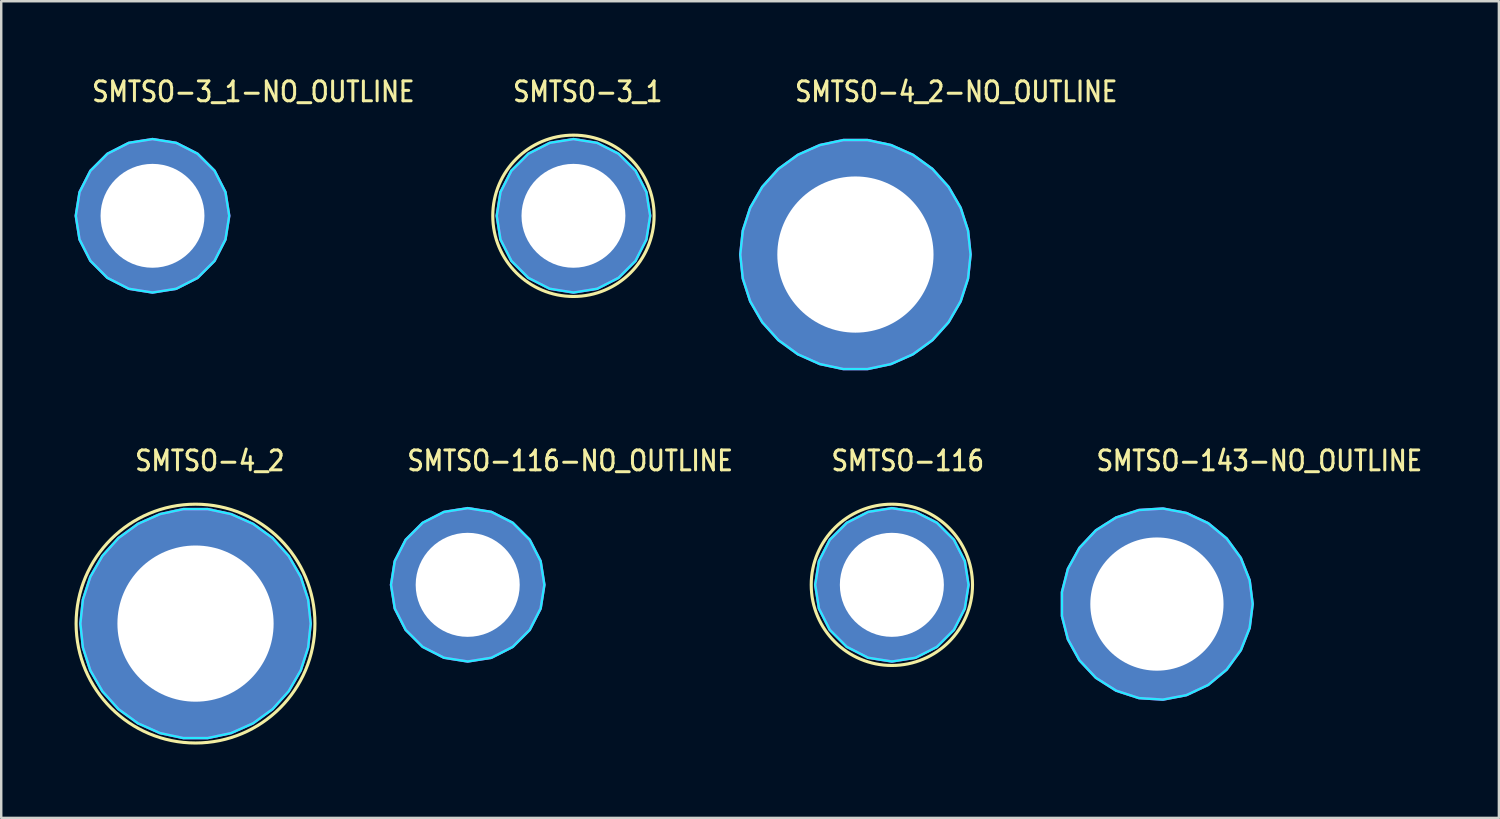
<source format=kicad_pcb>
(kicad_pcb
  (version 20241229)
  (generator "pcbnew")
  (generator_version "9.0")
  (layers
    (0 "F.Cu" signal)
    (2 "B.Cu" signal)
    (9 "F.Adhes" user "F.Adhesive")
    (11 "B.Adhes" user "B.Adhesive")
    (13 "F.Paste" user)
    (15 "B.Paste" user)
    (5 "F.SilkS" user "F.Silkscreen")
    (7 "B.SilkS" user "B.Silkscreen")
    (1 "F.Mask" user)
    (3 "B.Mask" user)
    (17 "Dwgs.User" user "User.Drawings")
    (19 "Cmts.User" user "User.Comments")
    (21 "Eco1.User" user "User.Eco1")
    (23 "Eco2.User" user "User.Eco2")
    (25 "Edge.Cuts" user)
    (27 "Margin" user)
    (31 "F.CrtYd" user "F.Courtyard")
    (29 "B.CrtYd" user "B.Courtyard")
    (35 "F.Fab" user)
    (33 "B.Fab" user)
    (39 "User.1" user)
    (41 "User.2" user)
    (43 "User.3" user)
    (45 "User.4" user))
  (footprint "SMTSO-116"
    (layer "F.Cu")
    (at 33.437 20.876)
    (property "Reference" "SMTSO-116" (at -2.54 -4.599 0) (unlocked yes) (layer "F.SilkS") (effects (font (size 0.813 0.695) (thickness 0.122)) (justify left bottom)))
    (fp_circle (center 0 0) (end 3.299 0) (stroke (width 0.127) (type solid)) (fill no) (layer "F.SilkS"))
    (fp_poly (pts (xy -2.974 -0.538) (xy 2.974 -0.538) (xy 2.138 -0.538) (xy -2.138 -0.538)) (stroke (width 0.076) (type solid)) (fill yes) (layer "F.Paste"))
    (fp_poly (pts (xy 2.974 0.538) (xy -2.974 0.538) (xy -2.138 0.538) (xy 2.138 0.538)) (stroke (width 0.076) (type solid)) (fill yes) (layer "F.Paste"))
    (fp_poly (pts (xy 3.137 0) (xy 2.984 -0.97) (xy 2.538 -1.844) (xy 1.844 -2.538) (xy 0.97 -2.984) (xy 0 -3.137) (xy -0.97 -2.984) (xy -1.844 -2.538) (xy -2.538 -1.844) (xy -2.984 -0.97) (xy -3.137 0) (xy -2.984 0.97) (xy -2.538 1.844) (xy -1.844 2.538) (xy -0.97 2.984) (xy 0 3.137) (xy 0.97 2.984) (xy 1.844 2.538) (xy 2.538 1.844) (xy 2.984 0.97)) (stroke (width 0.1) (type solid)) (fill no) (layer "B.CrtYd"))
    (fp_poly (pts (xy 3.137 0) (xy 2.984 -0.97) (xy 2.538 -1.844) (xy 1.844 -2.538) (xy 0.97 -2.984) (xy 0 -3.137) (xy -0.97 -2.984) (xy -1.844 -2.538) (xy -2.538 -1.844) (xy -2.984 -0.97) (xy -3.137 0) (xy -2.984 0.97) (xy -2.538 1.844) (xy -1.844 2.538) (xy -0.97 2.984) (xy 0 3.137) (xy 0.97 2.984) (xy 1.844 2.538) (xy 2.538 1.844) (xy 2.984 0.97)) (stroke (width 0.1) (type solid)) (fill no) (layer "F.CrtYd"))
    (pad "1" thru_hole oval (at 0 0) (size 6.198 6.198) (drill 4.256) (layers "*.Cu" "*.Mask")))
  (footprint "SMTSO-4_2-NO_OUTLINE"
    (layer "F.Cu")
    (at 31.946 7.364)
    (property "Reference" "SMTSO-4_2-NO_OUTLINE" (at -2.54 -6.185 0) (unlocked yes) (layer "F.SilkS") (effects (font (size 0.813 0.695) (thickness 0.122)) (justify left bottom)))
    (fp_poly (pts (xy -4.577 -0.538) (xy 4.577 -0.538) (xy 3.227 -0.538) (xy -3.227 -0.538)) (stroke (width 0.076) (type solid)) (fill yes) (layer "F.Paste"))
    (fp_poly (pts (xy 4.577 0.538) (xy -4.577 0.538) (xy -3.227 0.538) (xy 3.227 0.538)) (stroke (width 0.076) (type solid)) (fill yes) (layer "F.Paste"))
    (fp_poly (pts (xy 4.711 0) (xy 4.608 -0.979) (xy 4.304 -1.916) (xy 3.811 -2.769) (xy 3.152 -3.501) (xy 2.355 -4.08) (xy 1.456 -4.48) (xy 0.492 -4.685) (xy -0.492 -4.685) (xy -1.456 -4.48) (xy -2.355 -4.08) (xy -3.152 -3.501) (xy -3.811 -2.769) (xy -4.304 -1.916) (xy -4.608 -0.979) (xy -4.711 0) (xy -4.608 0.979) (xy -4.304 1.916) (xy -3.811 2.769) (xy -3.152 3.501) (xy -2.355 4.08) (xy -1.456 4.48) (xy -0.492 4.685) (xy 0.492 4.685) (xy 1.456 4.48) (xy 2.355 4.08) (xy 3.152 3.501) (xy 3.811 2.769) (xy 4.304 1.916) (xy 4.608 0.979)) (stroke (width 0.1) (type solid)) (fill no) (layer "B.CrtYd"))
    (fp_poly (pts (xy 4.711 0) (xy 4.608 -0.979) (xy 4.304 -1.916) (xy 3.811 -2.769) (xy 3.152 -3.501) (xy 2.355 -4.08) (xy 1.456 -4.48) (xy 0.492 -4.685) (xy -0.492 -4.685) (xy -1.456 -4.48) (xy -2.355 -4.08) (xy -3.152 -3.501) (xy -3.811 -2.769) (xy -4.304 -1.916) (xy -4.608 -0.979) (xy -4.711 0) (xy -4.608 0.979) (xy -4.304 1.916) (xy -3.811 2.769) (xy -3.152 3.501) (xy -2.355 4.08) (xy -1.456 4.48) (xy -0.492 4.685) (xy 0.492 4.685) (xy 1.456 4.48) (xy 2.355 4.08) (xy 3.152 3.501) (xy 3.811 2.769) (xy 4.304 1.916) (xy 4.608 0.979)) (stroke (width 0.1) (type solid)) (fill no) (layer "F.CrtYd"))
    (pad "1" thru_hole oval (at 0 0) (size 9.37 9.37) (drill 6.39) (layers "*.Cu" "*.Mask")))
  (footprint "SMTSO-4_2"
    (layer "F.Cu")
    (at 4.949 22.462)
    (property "Reference" "SMTSO-4_2" (at -2.54 -6.185 0) (unlocked yes) (layer "F.SilkS") (effects (font (size 0.813 0.695) (thickness 0.122)) (justify left bottom)))
    (fp_circle (center 0 0) (end 4.885 0) (stroke (width 0.127) (type solid)) (fill no) (layer "F.SilkS"))
    (fp_poly (pts (xy -4.577 -0.538) (xy -0.538 -4.577) (xy -0.538 -3.227) (xy -3.227 -0.538)) (stroke (width 0.076) (type solid)) (fill yes) (layer "F.Paste"))
    (fp_poly (pts (xy -0.538 4.577) (xy -4.577 0.538) (xy -3.227 0.538) (xy -0.538 3.227)) (stroke (width 0.076) (type solid)) (fill yes) (layer "F.Paste"))
    (fp_poly (pts (xy 0.538 -4.577) (xy 4.577 -0.538) (xy 3.227 -0.538) (xy 0.538 -3.227)) (stroke (width 0.076) (type solid)) (fill yes) (layer "F.Paste"))
    (fp_poly (pts (xy 4.577 0.538) (xy 0.538 4.577) (xy 0.538 3.227) (xy 3.227 0.538)) (stroke (width 0.076) (type solid)) (fill yes) (layer "F.Paste"))
    (fp_poly (pts (xy 4.711 0) (xy 4.608 -0.979) (xy 4.304 -1.916) (xy 3.811 -2.769) (xy 3.152 -3.501) (xy 2.355 -4.08) (xy 1.456 -4.48) (xy 0.492 -4.685) (xy -0.492 -4.685) (xy -1.456 -4.48) (xy -2.355 -4.08) (xy -3.152 -3.501) (xy -3.811 -2.769) (xy -4.304 -1.916) (xy -4.608 -0.979) (xy -4.711 0) (xy -4.608 0.979) (xy -4.304 1.916) (xy -3.811 2.769) (xy -3.152 3.501) (xy -2.355 4.08) (xy -1.456 4.48) (xy -0.492 4.685) (xy 0.492 4.685) (xy 1.456 4.48) (xy 2.355 4.08) (xy 3.152 3.501) (xy 3.811 2.769) (xy 4.304 1.916) (xy 4.608 0.979)) (stroke (width 0.1) (type solid)) (fill no) (layer "B.CrtYd"))
    (fp_poly (pts (xy 4.711 0) (xy 4.608 -0.979) (xy 4.304 -1.916) (xy 3.811 -2.769) (xy 3.152 -3.501) (xy 2.355 -4.08) (xy 1.456 -4.48) (xy 0.492 -4.685) (xy -0.492 -4.685) (xy -1.456 -4.48) (xy -2.355 -4.08) (xy -3.152 -3.501) (xy -3.811 -2.769) (xy -4.304 -1.916) (xy -4.608 -0.979) (xy -4.711 0) (xy -4.608 0.979) (xy -4.304 1.916) (xy -3.811 2.769) (xy -3.152 3.501) (xy -2.355 4.08) (xy -1.456 4.48) (xy -0.492 4.685) (xy 0.492 4.685) (xy 1.456 4.48) (xy 2.355 4.08) (xy 3.152 3.501) (xy 3.811 2.769) (xy 4.304 1.916) (xy 4.608 0.979)) (stroke (width 0.1) (type solid)) (fill no) (layer "F.CrtYd"))
    (pad "1" thru_hole oval (at 0 0) (size 9.37 9.37) (drill 6.39) (layers "*.Cu" "*.Mask")))
  (footprint "SMTSO-143-NO_OUTLINE"
    (layer "F.Cu")
    (at 44.281 21.663)
    (property "Reference" "SMTSO-143-NO_OUTLINE" (at -2.54 -5.386 0) (unlocked yes) (layer "F.SilkS") (effects (font (size 0.813 0.695) (thickness 0.122)) (justify left bottom)))
    (fp_poly (pts (xy -3.772 -0.538) (xy 3.772 -0.538) (xy 2.749 -0.538) (xy -2.749 -0.538)) (stroke (width 0.076) (type solid)) (fill yes) (layer "F.Paste"))
    (fp_poly (pts (xy 3.772 0.538) (xy -3.772 0.538) (xy -2.749 0.538) (xy 2.749 0.538)) (stroke (width 0.076) (type solid)) (fill yes) (layer "F.Paste"))
    (fp_poly (pts (xy 3.917 0) (xy 3.794 -0.974) (xy 3.433 -1.887) (xy 2.855 -2.681) (xy 2.099 -3.307) (xy 1.21 -3.725) (xy 0.246 -3.909) (xy -0.734 -3.848) (xy -1.668 -3.544) (xy -2.497 -3.018) (xy -3.169 -2.302) (xy -3.642 -1.442) (xy -3.886 -0.491) (xy -3.886 0.491) (xy -3.642 1.442) (xy -3.169 2.302) (xy -2.497 3.018) (xy -1.668 3.544) (xy -0.734 3.848) (xy 0.246 3.909) (xy 1.21 3.725) (xy 2.099 3.307) (xy 2.855 2.681) (xy 3.433 1.887) (xy 3.794 0.974)) (stroke (width 0.1) (type solid)) (fill no) (layer "B.CrtYd"))
    (fp_poly (pts (xy 3.917 0) (xy 3.794 -0.974) (xy 3.433 -1.887) (xy 2.855 -2.681) (xy 2.099 -3.307) (xy 1.21 -3.725) (xy 0.246 -3.909) (xy -0.734 -3.848) (xy -1.668 -3.544) (xy -2.497 -3.018) (xy -3.169 -2.302) (xy -3.642 -1.442) (xy -3.886 -0.491) (xy -3.886 0.491) (xy -3.642 1.442) (xy -3.169 2.302) (xy -2.497 3.018) (xy -1.668 3.544) (xy -0.734 3.848) (xy 0.246 3.909) (xy 1.21 3.725) (xy 2.099 3.307) (xy 2.855 2.681) (xy 3.433 1.887) (xy 3.794 0.974)) (stroke (width 0.1) (type solid)) (fill no) (layer "F.CrtYd"))
    (pad "1" thru_hole oval (at 0 0) (size 7.772 7.772) (drill 5.45) (layers "*.Cu" "*.Mask")))
  (footprint "SMTSO-116-NO_OUTLINE"
    (layer "F.Cu")
    (at 16.084 20.876)
    (property "Reference" "SMTSO-116-NO_OUTLINE" (at -2.54 -4.599 0) (unlocked yes) (layer "F.SilkS") (effects (font (size 0.813 0.695) (thickness 0.122)) (justify left bottom)))
    (fp_poly (pts (xy -2.974 -0.538) (xy 2.974 -0.538) (xy 2.138 -0.538) (xy -2.138 -0.538)) (stroke (width 0.076) (type solid)) (fill yes) (layer "F.Paste"))
    (fp_poly (pts (xy 2.974 0.538) (xy -2.974 0.538) (xy -2.138 0.538) (xy 2.138 0.538)) (stroke (width 0.076) (type solid)) (fill yes) (layer "F.Paste"))
    (fp_poly (pts (xy 3.137 0) (xy 2.984 -0.97) (xy 2.538 -1.844) (xy 1.844 -2.538) (xy 0.97 -2.984) (xy 0 -3.137) (xy -0.97 -2.984) (xy -1.844 -2.538) (xy -2.538 -1.844) (xy -2.984 -0.97) (xy -3.137 0) (xy -2.984 0.97) (xy -2.538 1.844) (xy -1.844 2.538) (xy -0.97 2.984) (xy 0 3.137) (xy 0.97 2.984) (xy 1.844 2.538) (xy 2.538 1.844) (xy 2.984 0.97)) (stroke (width 0.1) (type solid)) (fill no) (layer "B.CrtYd"))
    (fp_poly (pts (xy 3.137 0) (xy 2.984 -0.97) (xy 2.538 -1.844) (xy 1.844 -2.538) (xy 0.97 -2.984) (xy 0 -3.137) (xy -0.97 -2.984) (xy -1.844 -2.538) (xy -2.538 -1.844) (xy -2.984 -0.97) (xy -3.137 0) (xy -2.984 0.97) (xy -2.538 1.844) (xy -1.844 2.538) (xy -0.97 2.984) (xy 0 3.137) (xy 0.97 2.984) (xy 1.844 2.538) (xy 2.538 1.844) (xy 2.984 0.97)) (stroke (width 0.1) (type solid)) (fill no) (layer "F.CrtYd"))
    (pad "1" thru_hole oval (at 0 0) (size 6.198 6.198) (drill 4.256) (layers "*.Cu" "*.Mask")))
  (footprint "SMTSO-3_1-NO_OUTLINE"
    (layer "F.Cu")
    (at 3.189 5.779)
    (property "Reference" "SMTSO-3_1-NO_OUTLINE" (at -2.54 -4.6 0) (unlocked yes) (layer "F.SilkS") (effects (font (size 0.813 0.695) (thickness 0.122)) (justify left bottom)))
    (fp_poly (pts (xy -2.976 -0.538) (xy 2.976 -0.538) (xy 2.134 -0.538) (xy -2.134 -0.538)) (stroke (width 0.076) (type solid)) (fill yes) (layer "F.Paste"))
    (fp_poly (pts (xy 2.976 0.538) (xy -2.976 0.538) (xy -2.134 0.538) (xy 2.134 0.538)) (stroke (width 0.076) (type solid)) (fill yes) (layer "F.Paste"))
    (fp_poly (pts (xy 3.139 0) (xy 2.985 -0.97) (xy 2.539 -1.845) (xy 1.845 -2.539) (xy 0.97 -2.985) (xy 0 -3.139) (xy -0.97 -2.985) (xy -1.845 -2.539) (xy -2.539 -1.845) (xy -2.985 -0.97) (xy -3.139 0) (xy -2.985 0.97) (xy -2.539 1.845) (xy -1.845 2.539) (xy -0.97 2.985) (xy 0 3.139) (xy 0.97 2.985) (xy 1.845 2.539) (xy 2.539 1.845) (xy 2.985 0.97)) (stroke (width 0.1) (type solid)) (fill no) (layer "B.CrtYd"))
    (fp_poly (pts (xy 3.139 0) (xy 2.985 -0.97) (xy 2.539 -1.845) (xy 1.845 -2.539) (xy 0.97 -2.985) (xy 0 -3.139) (xy -0.97 -2.985) (xy -1.845 -2.539) (xy -2.539 -1.845) (xy -2.985 -0.97) (xy -3.139 0) (xy -2.985 0.97) (xy -2.539 1.845) (xy -1.845 2.539) (xy -0.97 2.985) (xy 0 3.139) (xy 0.97 2.985) (xy 1.845 2.539) (xy 2.539 1.845) (xy 2.985 0.97)) (stroke (width 0.1) (type solid)) (fill no) (layer "F.CrtYd"))
    (pad "P$1" thru_hole oval (at 0 0) (size 6.2 6.2) (drill 4.25) (layers "*.Cu" "*.Mask")))
  (footprint "SMTSO-3_1"
    (layer "F.Cu")
    (at 20.41 5.779)
    (property "Reference" "SMTSO-3_1" (at -2.54 -4.6 0) (unlocked yes) (layer "F.SilkS") (effects (font (size 0.813 0.695) (thickness 0.122)) (justify left bottom)))
    (fp_circle (center 0 0) (end 3.3 0) (stroke (width 0.127) (type solid)) (fill no) (layer "F.SilkS"))
    (fp_poly (pts (xy -2.976 -0.538) (xy 2.976 -0.538) (xy 2.134 -0.538) (xy -2.134 -0.538)) (stroke (width 0.076) (type solid)) (fill yes) (layer "F.Paste"))
    (fp_poly (pts (xy 2.976 0.538) (xy -2.976 0.538) (xy -2.134 0.538) (xy 2.134 0.538)) (stroke (width 0.076) (type solid)) (fill yes) (layer "F.Paste"))
    (fp_poly (pts (xy 3.139 0) (xy 2.985 -0.97) (xy 2.539 -1.845) (xy 1.845 -2.539) (xy 0.97 -2.985) (xy 0 -3.139) (xy -0.97 -2.985) (xy -1.845 -2.539) (xy -2.539 -1.845) (xy -2.985 -0.97) (xy -3.139 0) (xy -2.985 0.97) (xy -2.539 1.845) (xy -1.845 2.539) (xy -0.97 2.985) (xy 0 3.139) (xy 0.97 2.985) (xy 1.845 2.539) (xy 2.539 1.845) (xy 2.985 0.97)) (stroke (width 0.1) (type solid)) (fill no) (layer "B.CrtYd"))
    (fp_poly (pts (xy 3.139 0) (xy 2.985 -0.97) (xy 2.539 -1.845) (xy 1.845 -2.539) (xy 0.97 -2.985) (xy 0 -3.139) (xy -0.97 -2.985) (xy -1.845 -2.539) (xy -2.539 -1.845) (xy -2.985 -0.97) (xy -3.139 0) (xy -2.985 0.97) (xy -2.539 1.845) (xy -1.845 2.539) (xy -0.97 2.985) (xy 0 3.139) (xy 0.97 2.985) (xy 1.845 2.539) (xy 2.539 1.845) (xy 2.985 0.97)) (stroke (width 0.1) (type solid)) (fill no) (layer "F.CrtYd"))
    (pad "P$1" thru_hole oval (at 0 0) (size 6.2 6.2) (drill 4.25) (layers "*.Cu" "*.Mask")))
  (gr_rect
    (start -3 -3)
    (end 58.271 30.411)
    (stroke (width 0.1) (type default))
    (fill no)
    (layer "Edge.Cuts")))
</source>
